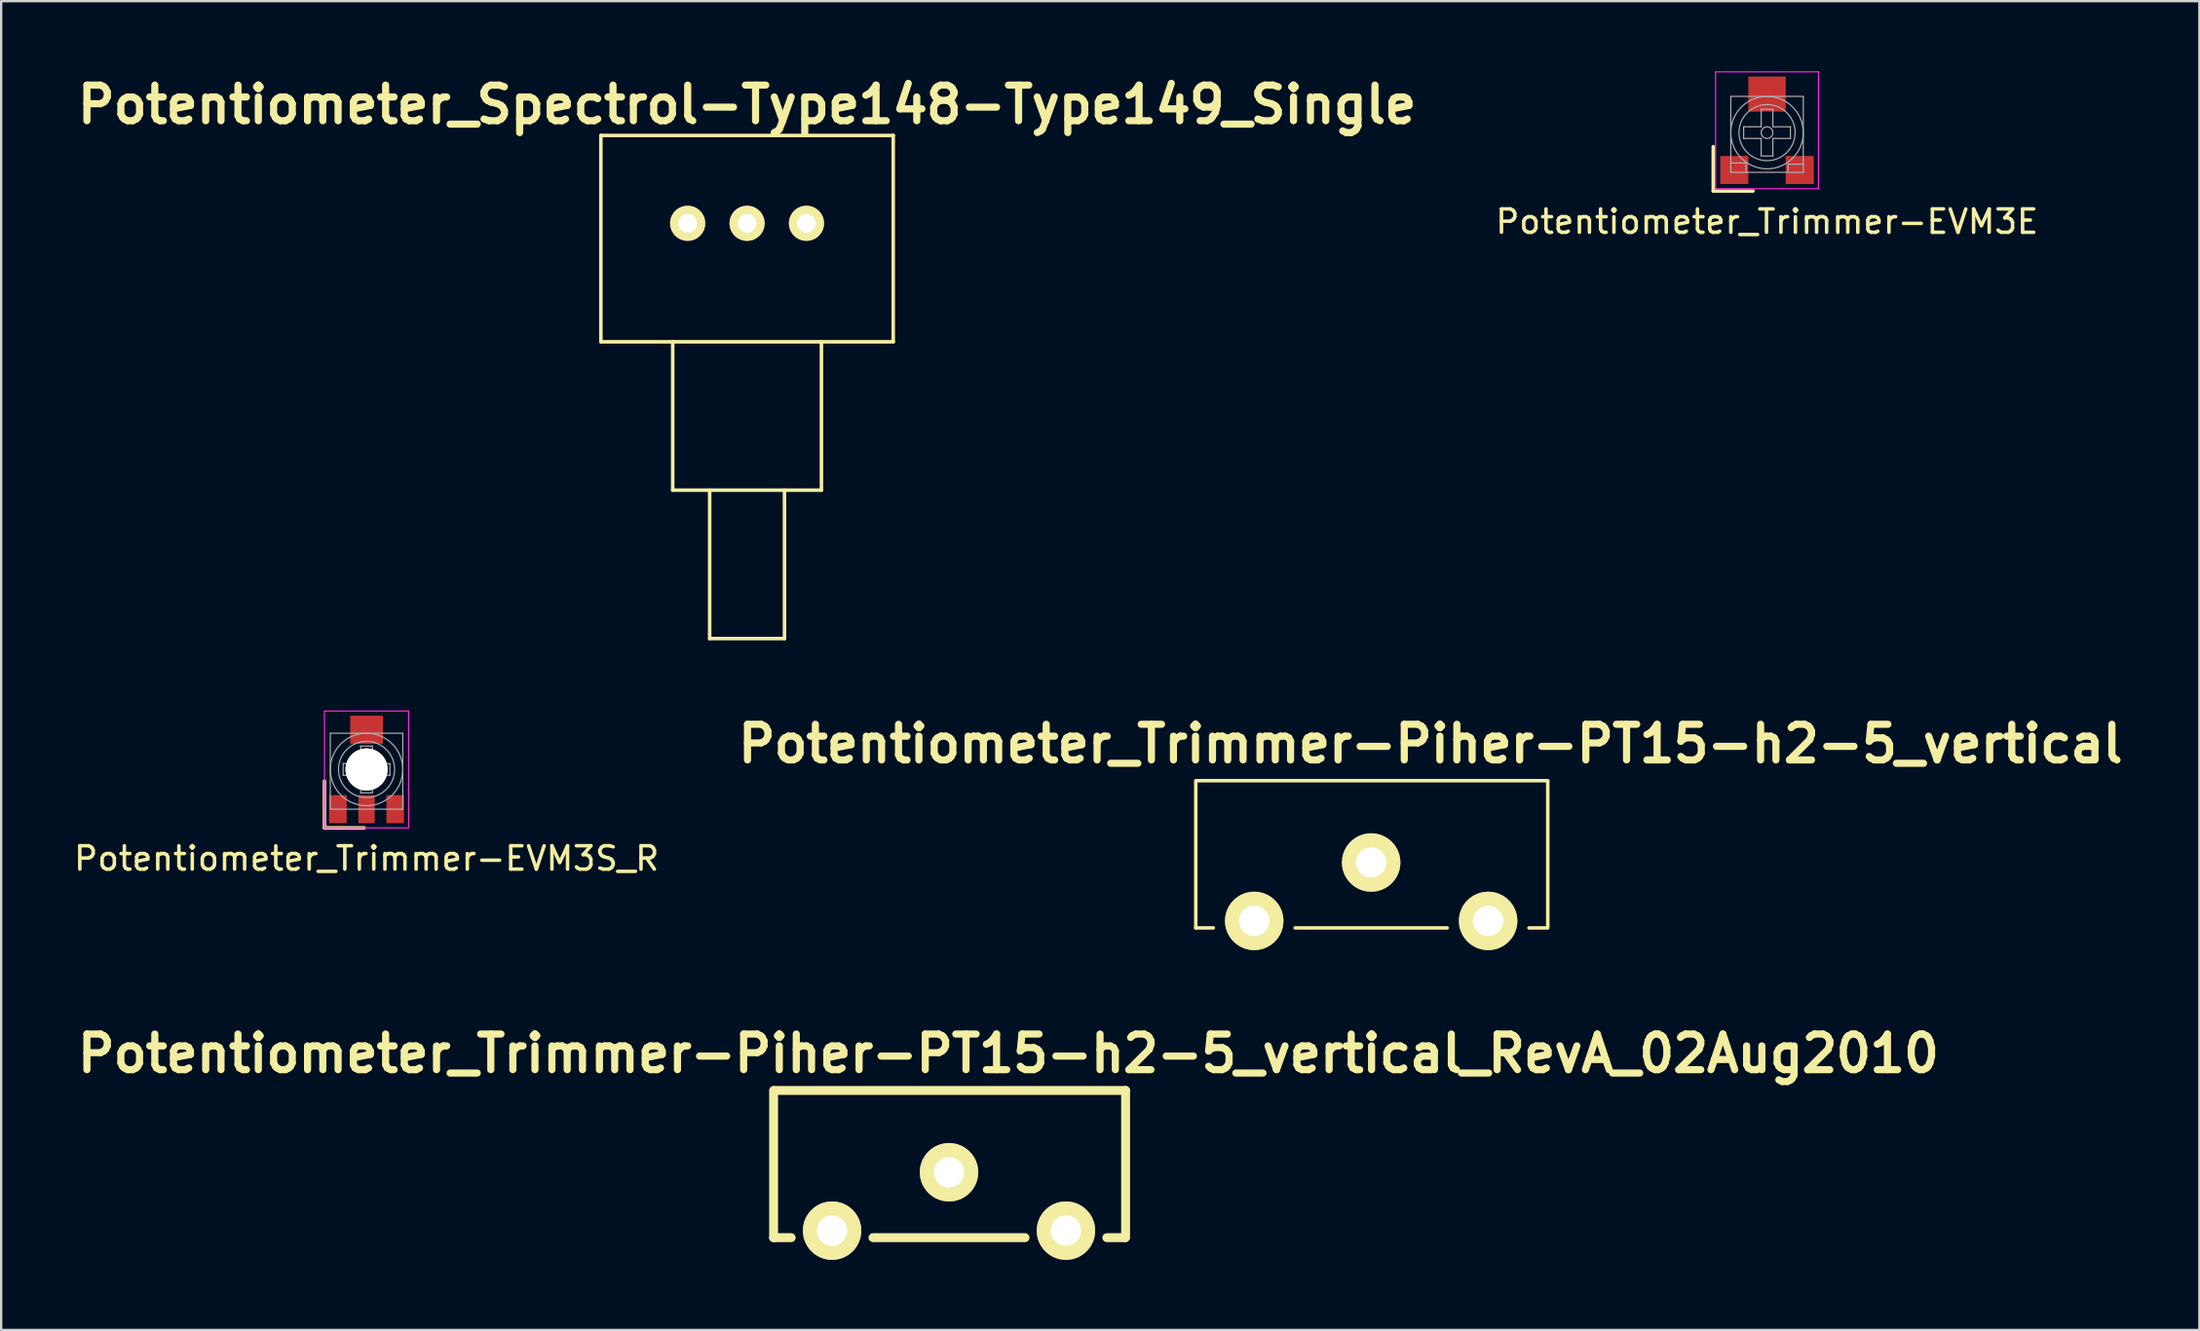
<source format=kicad_pcb>
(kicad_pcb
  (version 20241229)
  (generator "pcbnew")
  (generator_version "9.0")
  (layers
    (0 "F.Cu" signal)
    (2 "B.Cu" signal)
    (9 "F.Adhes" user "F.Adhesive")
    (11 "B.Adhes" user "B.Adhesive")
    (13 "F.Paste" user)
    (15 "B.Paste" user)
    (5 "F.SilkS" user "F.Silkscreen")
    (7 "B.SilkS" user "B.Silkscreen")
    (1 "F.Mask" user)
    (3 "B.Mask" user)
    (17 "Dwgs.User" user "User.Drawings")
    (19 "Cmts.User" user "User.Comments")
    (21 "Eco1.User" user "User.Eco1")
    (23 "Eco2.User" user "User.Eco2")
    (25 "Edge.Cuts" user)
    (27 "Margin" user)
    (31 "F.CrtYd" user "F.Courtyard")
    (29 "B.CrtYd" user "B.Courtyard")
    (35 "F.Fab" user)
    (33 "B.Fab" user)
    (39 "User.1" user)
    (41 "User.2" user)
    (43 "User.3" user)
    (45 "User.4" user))
  (footprint "Potentiometer_Trimmer-Piher-PT15-h2-5_vertical_RevA_02Aug2010"
    (layer "F.Cu")
    (at 37.534 47.114)
    (property "Reference" "Potentiometer_Trimmer-Piher-PT15-h2-5_vertical_RevA_02Aug2010" (at 2.54 -5.08 0) (layer "F.SilkS") (effects (font (size 1.524 1.524) (thickness 0.305))))
    (attr through_hole)
    (fp_line (start -7.501 -3.5) (end -7.501 2.799) (stroke (width 0.381) (type solid)) (layer "F.SilkS"))
    (fp_line (start -7.501 2.799) (end -6.749 2.799) (stroke (width 0.381) (type solid)) (layer "F.SilkS"))
    (fp_line (start -3.251 2.799) (end 3.251 2.799) (stroke (width 0.381) (type solid)) (layer "F.SilkS"))
    (fp_line (start 6.749 2.799) (end 7.501 2.799) (stroke (width 0.381) (type solid)) (layer "F.SilkS"))
    (fp_line (start 7.549 -3.5) (end -7.452 -3.5) (stroke (width 0.381) (type solid)) (layer "F.SilkS"))
    (fp_line (start 7.551 2.799) (end 7.551 -3.5) (stroke (width 0.381) (type solid)) (layer "F.SilkS"))
    (pad "1" thru_hole circle (at -5.001 2.499) (size 2.499 2.499) (drill 1.3) (layers "*.Cu" "*.Mask" "F.SilkS"))
    (pad "2" thru_hole circle (at 0 0) (size 2.499 2.499) (drill 1.3) (layers "*.Cu" "*.Mask" "F.SilkS"))
    (pad "3" thru_hole circle (at 5.001 2.499) (size 2.499 2.499) (drill 1.3) (layers "*.Cu" "*.Mask" "F.SilkS")))
  (footprint "Potentiometer_Trimmer-Piher-PT15-h2-5_vertical"
    (layer "F.Cu")
    (at 50.586 36.358)
    (property "Reference" "Potentiometer_Trimmer-Piher-PT15-h2-5_vertical" (at 7.541 -7.579 0) (layer "F.SilkS") (effects (font (size 1.524 1.524) (thickness 0.305))))
    (attr through_hole)
    (fp_line (start -2.499 -5.999) (end -2.499 0.3) (stroke (width 0.15) (type solid)) (layer "F.SilkS"))
    (fp_line (start -2.499 0.3) (end -1.748 0.3) (stroke (width 0.15) (type solid)) (layer "F.SilkS"))
    (fp_line (start 1.75 0.3) (end 8.252 0.3) (stroke (width 0.15) (type solid)) (layer "F.SilkS"))
    (fp_line (start 11.75 0.3) (end 12.502 0.3) (stroke (width 0.15) (type solid)) (layer "F.SilkS"))
    (fp_line (start 12.55 -5.999) (end -2.451 -5.999) (stroke (width 0.15) (type solid)) (layer "F.SilkS"))
    (fp_line (start 12.553 0.3) (end 12.553 -5.999) (stroke (width 0.15) (type solid)) (layer "F.SilkS"))
    (pad "1" thru_hole circle (at 0 0) (size 2.499 2.499) (drill 1.3) (layers "*.Cu" "*.Mask" "F.SilkS"))
    (pad "2" thru_hole circle (at 5.001 -2.499) (size 2.499 2.499) (drill 1.3) (layers "*.Cu" "*.Mask" "F.SilkS"))
    (pad "3" thru_hole circle (at 10.003 0) (size 2.499 2.499) (drill 1.3) (layers "*.Cu" "*.Mask" "F.SilkS")))
  (footprint "Potentiometer_Trimmer-EVM3S_R"
    (layer "F.Cu")
    (at 12.625 29.877)
    (property "Reference" "Potentiometer_Trimmer-EVM3S_R" (at 0 3.81 0) (layer "F.SilkS") (effects (font (size 1 1) (thickness 0.15))))
    (attr through_hole)
    (fp_line (start -1.8 0.5) (end -1.8 2.5) (stroke (width 0.15) (type solid)) (layer "F.SilkS"))
    (fp_line (start -1.8 2.5) (end -0.1 2.5) (stroke (width 0.15) (type solid)) (layer "F.SilkS"))
    (fp_line (start -1.8 -2.5) (end 1.8 -2.5) (stroke (width 0.05) (type solid)) (layer "F.CrtYd"))
    (fp_line (start -1.8 2.5) (end -1.8 -2.5) (stroke (width 0.05) (type solid)) (layer "F.CrtYd"))
    (fp_line (start 1.8 -2.5) (end 1.8 2.5) (stroke (width 0.05) (type solid)) (layer "F.CrtYd"))
    (fp_line (start 1.8 2.5) (end -1.8 2.5) (stroke (width 0.05) (type solid)) (layer "F.CrtYd"))
    (fp_line (start -1.55 -1.55) (end 1.55 -1.55) (stroke (width 0.05) (type solid)) (layer "F.Fab"))
    (fp_line (start -1.55 1.7) (end -1.55 -1.55) (stroke (width 0.05) (type solid)) (layer "F.Fab"))
    (fp_line (start -1 -0.25) (end -0.25 -0.25) (stroke (width 0.05) (type solid)) (layer "F.Fab"))
    (fp_line (start -1 0.25) (end -1 -0.25) (stroke (width 0.05) (type solid)) (layer "F.Fab"))
    (fp_line (start -0.25 -1) (end 0.25 -1) (stroke (width 0.05) (type solid)) (layer "F.Fab"))
    (fp_line (start -0.25 -0.25) (end -0.25 -1) (stroke (width 0.05) (type solid)) (layer "F.Fab"))
    (fp_line (start -0.25 0.25) (end -1 0.25) (stroke (width 0.05) (type solid)) (layer "F.Fab"))
    (fp_line (start -0.25 1) (end -0.25 0.25) (stroke (width 0.05) (type solid)) (layer "F.Fab"))
    (fp_line (start 0.25 -1) (end 0.25 -0.25) (stroke (width 0.05) (type solid)) (layer "F.Fab"))
    (fp_line (start 0.25 -0.25) (end 1 -0.25) (stroke (width 0.05) (type solid)) (layer "F.Fab"))
    (fp_line (start 0.25 0.25) (end 0.25 1) (stroke (width 0.05) (type solid)) (layer "F.Fab"))
    (fp_line (start 0.25 1) (end -0.25 1) (stroke (width 0.05) (type solid)) (layer "F.Fab"))
    (fp_line (start 1 -0.25) (end 1 0.25) (stroke (width 0.05) (type solid)) (layer "F.Fab"))
    (fp_line (start 1 0.25) (end 0.25 0.25) (stroke (width 0.05) (type solid)) (layer "F.Fab"))
    (fp_line (start 1.55 -1.55) (end 1.55 1.7) (stroke (width 0.05) (type solid)) (layer "F.Fab"))
    (fp_line (start 1.55 1.7) (end -1.55 1.7) (stroke (width 0.05) (type solid)) (layer "F.Fab"))
    (fp_circle (center 0 0) (end 0 -1.55) (stroke (width 0.05) (type solid)) (fill no) (layer "F.Fab"))
    (fp_circle (center 0 0) (end 0 -1.2) (stroke (width 0.05) (type solid)) (fill no) (layer "F.Fab"))
    (fp_circle (center 0 0) (end 0 -0.25) (stroke (width 0.05) (type solid)) (fill no) (layer "F.Fab"))
    (pad "" smd rect (at 0 -1.7) (size 1.4 1.2) (layers "F.Cu" "F.Mask" "F.Paste"))
    (pad "" np_thru_hole circle (at 0 0) (size 1.8 1.8) (drill 1.8) (layers "*.Cu" "*.Mask" "F.SilkS"))
    (pad "1" smd rect (at -1.225 1.7) (size 0.75 1.2) (layers "F.Cu" "F.Mask" "F.Paste"))
    (pad "2" smd rect (at 0 1.7) (size 0.7 1.2) (layers "F.Cu" "F.Mask" "F.Paste"))
    (pad "3" smd rect (at 1.225 1.7) (size 0.75 1.2) (layers "F.Cu" "F.Mask" "F.Paste")))
  (footprint "Potentiometer_Trimmer-EVM3E"
    (layer "F.Cu")
    (at 72.516 2.625)
    (property "Reference" "Potentiometer_Trimmer-EVM3E" (at 0 3.81 0) (layer "F.SilkS") (effects (font (size 1 1) (thickness 0.15))))
    (attr through_hole)
    (fp_line (start -2.3 0.6) (end -2.3 2.5) (stroke (width 0.15) (type solid)) (layer "F.SilkS"))
    (fp_line (start -2.3 2.5) (end -0.6 2.5) (stroke (width 0.15) (type solid)) (layer "F.SilkS"))
    (fp_line (start -2.2 -2.6) (end 2.2 -2.6) (stroke (width 0.05) (type solid)) (layer "F.CrtYd"))
    (fp_line (start -2.2 2.4) (end -2.2 -2.6) (stroke (width 0.05) (type solid)) (layer "F.CrtYd"))
    (fp_line (start 2.2 -2.6) (end 2.2 2.4) (stroke (width 0.05) (type solid)) (layer "F.CrtYd"))
    (fp_line (start 2.2 2.4) (end -2.2 2.4) (stroke (width 0.05) (type solid)) (layer "F.CrtYd"))
    (fp_line (start -1.55 -1.55) (end 1.55 -1.55) (stroke (width 0.05) (type solid)) (layer "F.Fab"))
    (fp_line (start -1.55 1.3) (end -0.9 1.3) (stroke (width 0.05) (type solid)) (layer "F.Fab"))
    (fp_line (start -1.55 1.7) (end -1.55 -1.55) (stroke (width 0.05) (type solid)) (layer "F.Fab"))
    (fp_line (start -1 -0.25) (end -0.25 -0.25) (stroke (width 0.05) (type solid)) (layer "F.Fab"))
    (fp_line (start -1 0.25) (end -1 -0.25) (stroke (width 0.05) (type solid)) (layer "F.Fab"))
    (fp_line (start -0.9 1.3) (end -0.9 1.7) (stroke (width 0.05) (type solid)) (layer "F.Fab"))
    (fp_line (start -0.25 -1) (end 0.25 -1) (stroke (width 0.05) (type solid)) (layer "F.Fab"))
    (fp_line (start -0.25 -0.25) (end -0.25 -1) (stroke (width 0.05) (type solid)) (layer "F.Fab"))
    (fp_line (start -0.25 0.25) (end -1 0.25) (stroke (width 0.05) (type solid)) (layer "F.Fab"))
    (fp_line (start -0.25 1) (end -0.25 0.25) (stroke (width 0.05) (type solid)) (layer "F.Fab"))
    (fp_line (start 0.25 -1) (end 0.25 -0.25) (stroke (width 0.05) (type solid)) (layer "F.Fab"))
    (fp_line (start 0.25 -0.25) (end 1 -0.25) (stroke (width 0.05) (type solid)) (layer "F.Fab"))
    (fp_line (start 0.25 0.25) (end 0.25 1) (stroke (width 0.05) (type solid)) (layer "F.Fab"))
    (fp_line (start 0.25 1) (end -0.25 1) (stroke (width 0.05) (type solid)) (layer "F.Fab"))
    (fp_line (start 0.9 1.35) (end 0.9 1.7) (stroke (width 0.05) (type solid)) (layer "F.Fab"))
    (fp_line (start 1 -0.25) (end 1 0.25) (stroke (width 0.05) (type solid)) (layer "F.Fab"))
    (fp_line (start 1 0.25) (end 0.25 0.25) (stroke (width 0.05) (type solid)) (layer "F.Fab"))
    (fp_line (start 1.55 -1.55) (end 1.55 1.7) (stroke (width 0.05) (type solid)) (layer "F.Fab"))
    (fp_line (start 1.55 1.35) (end 0.9 1.35) (stroke (width 0.05) (type solid)) (layer "F.Fab"))
    (fp_line (start 1.55 1.7) (end -1.55 1.7) (stroke (width 0.05) (type solid)) (layer "F.Fab"))
    (fp_circle (center 0 0) (end 0 -1.55) (stroke (width 0.05) (type solid)) (fill no) (layer "F.Fab"))
    (fp_circle (center 0 0) (end 0 -1.2) (stroke (width 0.05) (type solid)) (fill no) (layer "F.Fab"))
    (fp_circle (center 0 0) (end 0 -0.25) (stroke (width 0.05) (type solid)) (fill no) (layer "F.Fab"))
    (pad "1" smd rect (at -1.4 1.6) (size 1.2 1.2) (layers "F.Cu" "F.Mask" "F.Paste"))
    (pad "2" smd rect (at 0 -1.65) (size 1.6 1.5) (layers "F.Cu" "F.Mask" "F.Paste"))
    (pad "3" smd rect (at 1.4 1.6) (size 1.2 1.2) (layers "F.Cu" "F.Mask" "F.Paste")))
  (footprint "Potentiometer_Spectrol-Type148-Type149_Single"
    (layer "F.Cu")
    (at 28.898 6.506)
    (property "Reference" "Potentiometer_Spectrol-Type148-Type149_Single" (at 0 -5.08 0) (layer "F.SilkS") (effects (font (size 1.524 1.524) (thickness 0.305))))
    (attr through_hole)
    (fp_line (start -6.251 -3.759) (end 6.251 -3.759) (stroke (width 0.151) (type solid)) (layer "F.SilkS"))
    (fp_line (start -6.251 5.07) (end -6.251 -3.759) (stroke (width 0.151) (type solid)) (layer "F.SilkS"))
    (fp_line (start -3.18 11.42) (end -3.18 5.07) (stroke (width 0.151) (type solid)) (layer "F.SilkS"))
    (fp_line (start -3.18 11.42) (end 3.18 11.42) (stroke (width 0.151) (type solid)) (layer "F.SilkS"))
    (fp_line (start -1.6 17.77) (end -1.6 11.42) (stroke (width 0.151) (type solid)) (layer "F.SilkS"))
    (fp_line (start 1.6 11.42) (end 1.6 17.77) (stroke (width 0.151) (type solid)) (layer "F.SilkS"))
    (fp_line (start 1.6 17.77) (end -1.6 17.77) (stroke (width 0.151) (type solid)) (layer "F.SilkS"))
    (fp_line (start 3.18 5.07) (end 3.18 11.42) (stroke (width 0.151) (type solid)) (layer "F.SilkS"))
    (fp_line (start 6.251 -3.759) (end 6.251 5.07) (stroke (width 0.151) (type solid)) (layer "F.SilkS"))
    (fp_line (start 6.251 5.07) (end -6.251 5.07) (stroke (width 0.151) (type solid)) (layer "F.SilkS"))
    (pad "1" thru_hole circle (at -2.54 0) (size 1.501 1.501) (drill 0.8) (layers "*.Cu" "*.Mask" "F.SilkS"))
    (pad "2" thru_hole circle (at 0 0) (size 1.501 1.501) (drill 0.8) (layers "*.Cu" "*.Mask" "F.SilkS"))
    (pad "3" thru_hole circle (at 2.54 0) (size 1.501 1.501) (drill 0.8) (layers "*.Cu" "*.Mask" "F.SilkS")))
  (gr_rect
    (start -3 -3)
    (end 91.005 53.863)
    (stroke (width 0.1) (type default))
    (fill no)
    (layer "Edge.Cuts")))
</source>
